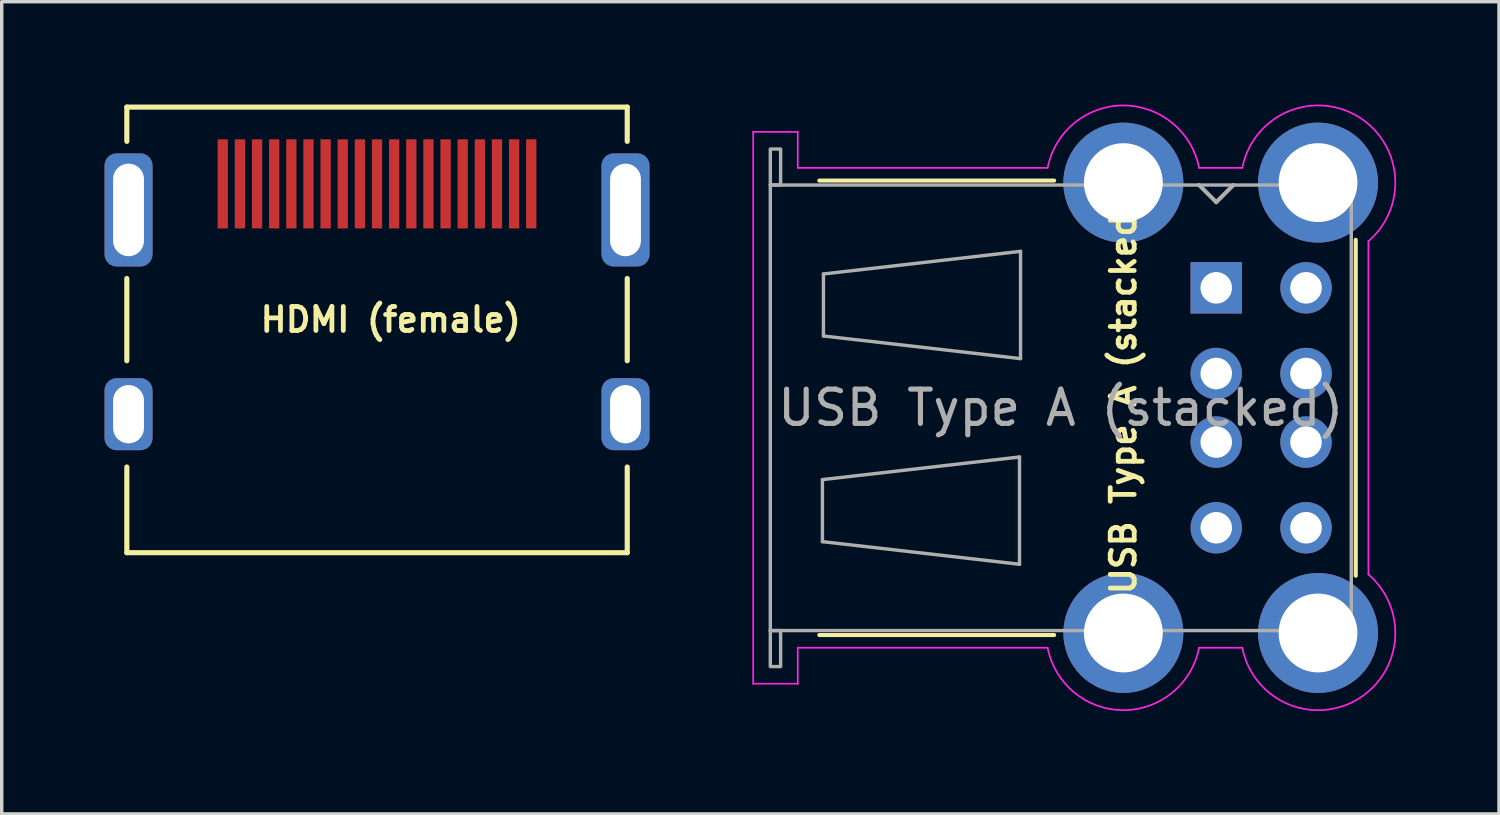
<source format=kicad_pcb>
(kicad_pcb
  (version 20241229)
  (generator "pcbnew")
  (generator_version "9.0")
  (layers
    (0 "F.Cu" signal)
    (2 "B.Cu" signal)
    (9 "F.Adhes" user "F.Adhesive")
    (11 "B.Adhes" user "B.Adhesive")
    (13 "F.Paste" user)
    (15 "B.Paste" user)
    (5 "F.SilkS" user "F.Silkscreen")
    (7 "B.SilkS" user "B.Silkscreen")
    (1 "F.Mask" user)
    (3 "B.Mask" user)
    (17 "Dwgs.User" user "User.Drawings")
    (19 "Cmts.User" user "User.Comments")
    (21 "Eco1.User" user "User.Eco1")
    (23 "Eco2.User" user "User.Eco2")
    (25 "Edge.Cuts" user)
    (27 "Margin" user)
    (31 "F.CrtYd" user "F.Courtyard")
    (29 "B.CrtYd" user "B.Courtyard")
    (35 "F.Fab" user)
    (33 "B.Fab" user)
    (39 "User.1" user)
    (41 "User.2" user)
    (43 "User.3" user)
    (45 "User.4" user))
  (footprint "USB Type A (stacked)"
    (layer "F.Cu")
    (at 32.435 5.348)
    (property "Reference" "USB Type A (stacked)" (at -2.71 3.16 90) (layer "F.SilkS") (effects (font (size 0.7 0.7) (thickness 0.14) (bold yes))))
    (attr through_hole)
    (fp_line (start -11.58 10.13) (end -4.73 10.13) (stroke (width 0.12) (type solid)) (layer "F.SilkS"))
    (fp_line (start -4.73 -3.13) (end -11.58 -3.13) (stroke (width 0.12) (type solid)) (layer "F.SilkS"))
    (fp_line (start 4.07 8.4) (end 4.07 -1.4) (stroke (width 0.12) (type solid)) (layer "F.SilkS"))
    (fp_line (start -13.51 -4.55) (end -13.51 11.55) (stroke (width 0.05) (type solid)) (layer "F.CrtYd"))
    (fp_line (start -13.51 -4.55) (end -12.21 -4.55) (stroke (width 0.05) (type default)) (layer "F.CrtYd"))
    (fp_line (start -13.51 11.55) (end -12.21 11.55) (stroke (width 0.05) (type default)) (layer "F.CrtYd"))
    (fp_line (start -12.21 -4.55) (end -12.21 -3.5) (stroke (width 0.05) (type solid)) (layer "F.CrtYd"))
    (fp_line (start -12.21 10.5) (end -4.92 10.5) (stroke (width 0.05) (type solid)) (layer "F.CrtYd"))
    (fp_line (start -12.21 11.55) (end -12.21 10.5) (stroke (width 0.05) (type solid)) (layer "F.CrtYd"))
    (fp_line (start -4.92 -3.5) (end -12.21 -3.5) (stroke (width 0.05) (type solid)) (layer "F.CrtYd"))
    (fp_line (start -0.5 -3.5) (end 0.76 -3.5) (stroke (width 0.05) (type solid)) (layer "F.CrtYd"))
    (fp_line (start -0.5 10.5) (end 0.76 10.5) (stroke (width 0.05) (type solid)) (layer "F.CrtYd"))
    (fp_line (start 4.44 8.36) (end 4.44 -1.36) (stroke (width 0.05) (type solid)) (layer "F.CrtYd"))
    (fp_arc (start -4.92 -3.5) (mid -2.71 -5.321444) (end -0.5 -3.5) (stroke (width 0.05) (type solid)) (layer "F.CrtYd"))
    (fp_arc (start -0.5 10.5) (mid -2.71 12.321444) (end -4.92 10.5) (stroke (width 0.05) (type solid)) (layer "F.CrtYd"))
    (fp_arc (start 0.76 -3.5) (mid 4.104744 -5.017597) (end 4.44 -1.36) (stroke (width 0.05) (type solid)) (layer "F.CrtYd"))
    (fp_arc (start 2.97 10.07) (mid 2.97 10.07) (end 2.97 10.07) (stroke (width 0.05) (type solid)) (layer "F.CrtYd"))
    (fp_arc (start 4.44 8.36) (mid 4.104745 12.017598) (end 0.76 10.5) (stroke (width 0.05) (type solid)) (layer "F.CrtYd"))
    (fp_line (start -13.01 -3) (end -13.01 10) (stroke (width 0.1) (type solid)) (layer "F.Fab"))
    (fp_line (start -13.01 10) (end 3.94 10) (stroke (width 0.1) (type solid)) (layer "F.Fab"))
    (fp_line (start -11.49 5.595) (end -11.49 7.405) (stroke (width 0.1) (type solid)) (layer "F.Fab"))
    (fp_line (start -11.49 7.405) (end -5.74 8.065) (stroke (width 0.1) (type solid)) (layer "F.Fab"))
    (fp_line (start -11.46 -0.405) (end -11.46 1.405) (stroke (width 0.1) (type solid)) (layer "F.Fab"))
    (fp_line (start -11.46 1.405) (end -5.71 2.065) (stroke (width 0.1) (type solid)) (layer "F.Fab"))
    (fp_line (start -5.74 4.935) (end -11.49 5.595) (stroke (width 0.1) (type solid)) (layer "F.Fab"))
    (fp_line (start -5.74 8.065) (end -5.74 4.935) (stroke (width 0.1) (type solid)) (layer "F.Fab"))
    (fp_line (start -5.71 -1.065) (end -11.46 -0.405) (stroke (width 0.1) (type solid)) (layer "F.Fab"))
    (fp_line (start -5.71 2.065) (end -5.71 -1.065) (stroke (width 0.1) (type solid)) (layer "F.Fab"))
    (fp_line (start 0 -2.5) (end -0.5 -3) (stroke (width 0.12) (type solid)) (layer "F.Fab"))
    (fp_line (start 0 -2.5) (end 0.5 -3) (stroke (width 0.12) (type solid)) (layer "F.Fab"))
    (fp_line (start 3.94 -3) (end -13.01 -3) (stroke (width 0.1) (type solid)) (layer "F.Fab"))
    (fp_line (start 3.94 10) (end 3.94 -3) (stroke (width 0.1) (type solid)) (layer "F.Fab"))
    (fp_rect (start -13.01 -4.05) (end -12.71 -3) (stroke (width 0.1) (type default)) (fill no) (layer "F.Fab"))
    (fp_rect (start -13.01 10) (end -12.71 11.05) (stroke (width 0.1) (type default)) (fill no) (layer "F.Fab"))
    (fp_text user "${REFERENCE}" (at -4.535 3.5 0) (layer "F.Fab") (effects (font (size 1 1) (thickness 0.15))))
    (pad "1" thru_hole rect (at 0 0) (size 1.5 1.5) (drill 0.92) (layers "*.Cu" "*.Mask"))
    (pad "2" thru_hole circle (at 0 2.5) (size 1.5 1.5) (drill 0.92) (layers "*.Cu" "*.Mask"))
    (pad "3" thru_hole circle (at 0 4.5) (size 1.5 1.5) (drill 0.92) (layers "*.Cu" "*.Mask"))
    (pad "4" thru_hole circle (at 0 7) (size 1.5 1.5) (drill 0.92) (layers "*.Cu" "*.Mask"))
    (pad "5" thru_hole circle (at 2.62 0) (size 1.5 1.5) (drill 0.92) (layers "*.Cu" "*.Mask"))
    (pad "6" thru_hole circle (at 2.62 2.5) (size 1.5 1.5) (drill 0.92) (layers "*.Cu" "*.Mask"))
    (pad "7" thru_hole circle (at 2.62 4.5) (size 1.5 1.5) (drill 0.92) (layers "*.Cu" "*.Mask"))
    (pad "8" thru_hole circle (at 2.62 7) (size 1.5 1.5) (drill 0.92) (layers "*.Cu" "*.Mask"))
    (pad "9" thru_hole circle (at -2.71 -3.07) (size 3.5 3.5) (drill 2.3) (layers "*.Cu" "*.Mask"))
    (pad "9" thru_hole circle (at -2.71 10.07) (size 3.5 3.5) (drill 2.3) (layers "*.Cu" "*.Mask"))
    (pad "9" thru_hole circle (at 2.97 -3.07) (size 3.5 3.5) (drill 2.3) (layers "*.Cu" "*.Mask"))
    (pad "9" thru_hole circle (at 2.97 10.07) (size 3.5 3.5) (drill 2.3) (layers "*.Cu" "*.Mask")))
  (footprint "HDMI (female)"
    (layer "F.Cu")
    (at 7.95 3.075)
    (property "Reference" "HDMI (female)" (at 0.4 3.2 180) (layer "F.SilkS") (effects (font (size 0.7 0.7) (thickness 0.14) (bold yes))))
    (attr through_hole)
    (fp_line (start -7.3 -3) (end 7.3 -3) (stroke (width 0.15) (type solid)) (layer "F.SilkS"))
    (fp_line (start -7.3 -2) (end -7.3 -3) (stroke (width 0.15) (type solid)) (layer "F.SilkS"))
    (fp_line (start -7.3 2) (end -7.3 4.4) (stroke (width 0.15) (type solid)) (layer "F.SilkS"))
    (fp_line (start -7.3 7.5) (end -7.3 10) (stroke (width 0.15) (type solid)) (layer "F.SilkS"))
    (fp_line (start -7.3 10) (end 7.3 10) (stroke (width 0.15) (type solid)) (layer "F.SilkS"))
    (fp_line (start 7.3 -3) (end 7.3 -2) (stroke (width 0.15) (type solid)) (layer "F.SilkS"))
    (fp_line (start 7.3 2) (end 7.3 4.4) (stroke (width 0.15) (type solid)) (layer "F.SilkS"))
    (fp_line (start 7.3 10) (end 7.3 7.5) (stroke (width 0.15) (type solid)) (layer "F.SilkS"))
    (pad "1" smd rect (at 4.5 -0.76) (size 0.3 2.6) (layers "F.Cu" "F.Mask" "F.Paste"))
    (pad "2" smd rect (at 4 -0.76) (size 0.3 2.6) (layers "F.Cu" "F.Mask" "F.Paste"))
    (pad "3" smd rect (at 3.5 -0.76) (size 0.3 2.6) (layers "F.Cu" "F.Mask" "F.Paste"))
    (pad "4" smd rect (at 3 -0.76) (size 0.3 2.6) (layers "F.Cu" "F.Mask" "F.Paste"))
    (pad "5" smd rect (at 2.5 -0.76) (size 0.3 2.6) (layers "F.Cu" "F.Mask" "F.Paste"))
    (pad "6" smd rect (at 2 -0.76) (size 0.3 2.6) (layers "F.Cu" "F.Mask" "F.Paste"))
    (pad "7" smd rect (at 1.5 -0.76) (size 0.3 2.6) (layers "F.Cu" "F.Mask" "F.Paste"))
    (pad "8" smd rect (at 1 -0.76) (size 0.3 2.6) (layers "F.Cu" "F.Mask" "F.Paste"))
    (pad "9" smd rect (at 0.5 -0.76) (size 0.3 2.6) (layers "F.Cu" "F.Mask" "F.Paste"))
    (pad "10" smd rect (at 0 -0.76) (size 0.3 2.6) (layers "F.Cu" "F.Mask" "F.Paste"))
    (pad "11" smd rect (at -0.5 -0.76) (size 0.3 2.6) (layers "F.Cu" "F.Mask" "F.Paste"))
    (pad "12" smd rect (at -1 -0.76) (size 0.3 2.6) (layers "F.Cu" "F.Mask" "F.Paste"))
    (pad "13" smd rect (at -1.5 -0.76) (size 0.3 2.6) (layers "F.Cu" "F.Mask" "F.Paste"))
    (pad "14" smd rect (at -2 -0.76) (size 0.3 2.6) (layers "F.Cu" "F.Mask" "F.Paste"))
    (pad "15" smd rect (at -2.5 -0.76) (size 0.3 2.6) (layers "F.Cu" "F.Mask" "F.Paste"))
    (pad "16" smd rect (at -3 -0.76) (size 0.3 2.6) (layers "F.Cu" "F.Mask" "F.Paste"))
    (pad "17" smd rect (at -3.5 -0.76) (size 0.3 2.6) (layers "F.Cu" "F.Mask" "F.Paste"))
    (pad "18" smd rect (at -4 -0.76) (size 0.3 2.6) (layers "F.Cu" "F.Mask" "F.Paste"))
    (pad "19" smd rect (at -4.5 -0.76) (size 0.3 2.6) (layers "F.Cu" "F.Mask" "F.Paste"))
    (pad "20" thru_hole roundrect (at -7.25 0) (size 1.4 3.3) (drill oval 0.9 2.7) (layers "*.Cu" "*.Mask") (roundrect_rratio 0.25))
    (pad "21" thru_hole roundrect (at -7.25 5.96) (size 1.4 2.1) (drill oval 0.9 1.7) (layers "*.Cu" "*.Mask") (roundrect_rratio 0.25))
    (pad "22" thru_hole roundrect (at 7.25 5.96) (size 1.4 2.1) (drill oval 0.9 1.7) (layers "*.Cu" "*.Mask") (roundrect_rratio 0.25))
    (pad "23" thru_hole roundrect (at 7.25 0) (size 1.4 3.3) (drill oval 0.9 2.7) (layers "*.Cu" "*.Mask") (roundrect_rratio 0.25)))
  (gr_rect
    (start -3 -3)
    (end 40.685 20.696)
    (stroke (width 0.1) (type default))
    (fill no)
    (layer "Edge.Cuts")))
</source>
